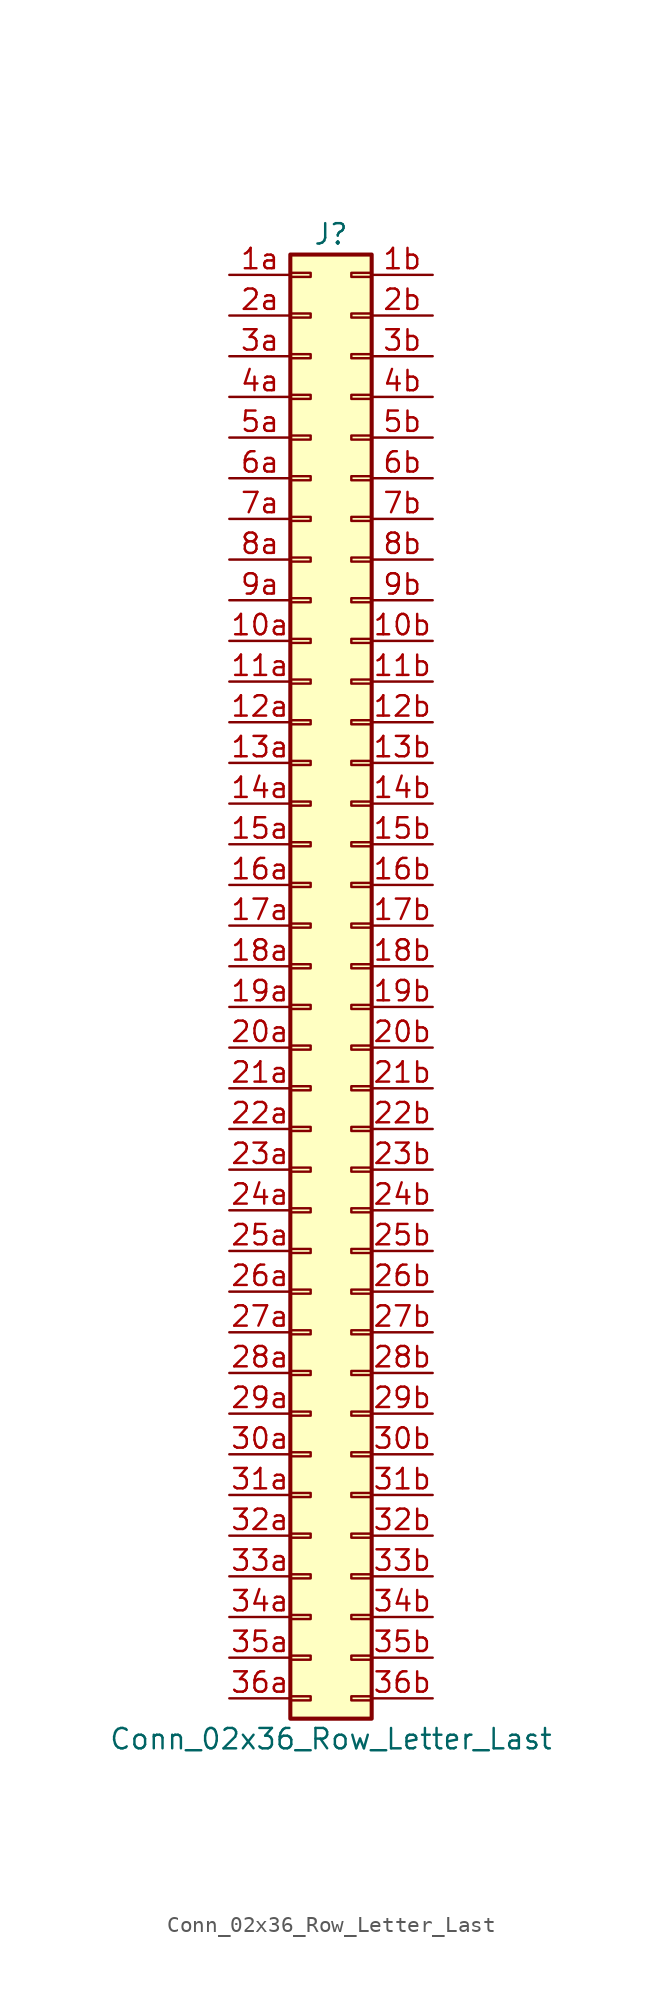
<source format=kicad_sym>
(kicad_symbol_lib
  (version 20201005)
  (generator kicad_symbol_editor)
  (symbol "Conn_02x36_Row_Letter_Last"
    (pin_names
      (offset 1.016) hide)
    (property "Reference" "J"
      (at 1.27 45.72 0)
      (effects (font (size 1.27 1.27))))
    (property "Value" "Conn_02x36_Row_Letter_Last"
      (at 1.27 -48.26 0)
      (effects (font (size 1.27 1.27))))
    (symbol "Conn_02x36_Row_Letter_Last_1_1"
      (rectangle (start -1.27 -45.593) (end 0 -45.847) (stroke (width 0.152)) (fill (type none)))
      (rectangle (start -1.27 -43.053) (end 0 -43.307) (stroke (width 0.152)) (fill (type none)))
      (rectangle (start -1.27 -40.513) (end 0 -40.767) (stroke (width 0.152)) (fill (type none)))
      (rectangle (start -1.27 -37.973) (end 0 -38.227) (stroke (width 0.152)) (fill (type none)))
      (rectangle (start -1.27 -35.433) (end 0 -35.687) (stroke (width 0.152)) (fill (type none)))
      (rectangle (start -1.27 -32.893) (end 0 -33.147) (stroke (width 0.152)) (fill (type none)))
      (rectangle (start -1.27 -30.353) (end 0 -30.607) (stroke (width 0.152)) (fill (type none)))
      (rectangle (start -1.27 -27.813) (end 0 -28.067) (stroke (width 0.152)) (fill (type none)))
      (rectangle (start -1.27 -25.273) (end 0 -25.527) (stroke (width 0.152)) (fill (type none)))
      (rectangle (start -1.27 -22.733) (end 0 -22.987) (stroke (width 0.152)) (fill (type none)))
      (rectangle (start -1.27 -20.193) (end 0 -20.447) (stroke (width 0.152)) (fill (type none)))
      (rectangle (start -1.27 -17.653) (end 0 -17.907) (stroke (width 0.152)) (fill (type none)))
      (rectangle (start -1.27 -15.113) (end 0 -15.367) (stroke (width 0.152)) (fill (type none)))
      (rectangle (start -1.27 -12.573) (end 0 -12.827) (stroke (width 0.152)) (fill (type none)))
      (rectangle (start -1.27 -10.033) (end 0 -10.287) (stroke (width 0.152)) (fill (type none)))
      (rectangle (start -1.27 -7.493) (end 0 -7.747) (stroke (width 0.152)) (fill (type none)))
      (rectangle (start -1.27 -4.953) (end 0 -5.207) (stroke (width 0.152)) (fill (type none)))
      (rectangle (start -1.27 -2.413) (end 0 -2.667) (stroke (width 0.152)) (fill (type none)))
      (rectangle (start -1.27 0.127) (end 0 -0.127) (stroke (width 0.152)) (fill (type none)))
      (rectangle (start -1.27 2.667) (end 0 2.413) (stroke (width 0.152)) (fill (type none)))
      (rectangle (start -1.27 5.207) (end 0 4.953) (stroke (width 0.152)) (fill (type none)))
      (rectangle (start -1.27 7.747) (end 0 7.493) (stroke (width 0.152)) (fill (type none)))
      (rectangle (start -1.27 10.287) (end 0 10.033) (stroke (width 0.152)) (fill (type none)))
      (rectangle (start -1.27 12.827) (end 0 12.573) (stroke (width 0.152)) (fill (type none)))
      (rectangle (start -1.27 15.367) (end 0 15.113) (stroke (width 0.152)) (fill (type none)))
      (rectangle (start -1.27 17.907) (end 0 17.653) (stroke (width 0.152)) (fill (type none)))
      (rectangle (start -1.27 20.447) (end 0 20.193) (stroke (width 0.152)) (fill (type none)))
      (rectangle (start -1.27 22.987) (end 0 22.733) (stroke (width 0.152)) (fill (type none)))
      (rectangle (start -1.27 25.527) (end 0 25.273) (stroke (width 0.152)) (fill (type none)))
      (rectangle (start -1.27 28.067) (end 0 27.813) (stroke (width 0.152)) (fill (type none)))
      (rectangle (start -1.27 30.607) (end 0 30.353) (stroke (width 0.152)) (fill (type none)))
      (rectangle (start -1.27 33.147) (end 0 32.893) (stroke (width 0.152)) (fill (type none)))
      (rectangle (start -1.27 35.687) (end 0 35.433) (stroke (width 0.152)) (fill (type none)))
      (rectangle (start -1.27 38.227) (end 0 37.973) (stroke (width 0.152)) (fill (type none)))
      (rectangle (start -1.27 40.767) (end 0 40.513) (stroke (width 0.152)) (fill (type none)))
      (rectangle (start -1.27 43.307) (end 0 43.053) (stroke (width 0.152)) (fill (type none)))
      (rectangle (start 3.81 -45.593) (end 2.54 -45.847) (stroke (width 0.152)) (fill (type none)))
      (rectangle (start 3.81 -43.053) (end 2.54 -43.307) (stroke (width 0.152)) (fill (type none)))
      (rectangle (start 3.81 -40.513) (end 2.54 -40.767) (stroke (width 0.152)) (fill (type none)))
      (rectangle (start 3.81 -37.973) (end 2.54 -38.227) (stroke (width 0.152)) (fill (type none)))
      (rectangle (start 3.81 -35.433) (end 2.54 -35.687) (stroke (width 0.152)) (fill (type none)))
      (rectangle (start 3.81 -32.893) (end 2.54 -33.147) (stroke (width 0.152)) (fill (type none)))
      (rectangle (start 3.81 -30.353) (end 2.54 -30.607) (stroke (width 0.152)) (fill (type none)))
      (rectangle (start 3.81 -27.813) (end 2.54 -28.067) (stroke (width 0.152)) (fill (type none)))
      (rectangle (start 3.81 -25.273) (end 2.54 -25.527) (stroke (width 0.152)) (fill (type none)))
      (rectangle (start 3.81 -22.733) (end 2.54 -22.987) (stroke (width 0.152)) (fill (type none)))
      (rectangle (start 3.81 -20.193) (end 2.54 -20.447) (stroke (width 0.152)) (fill (type none)))
      (rectangle (start 3.81 -17.653) (end 2.54 -17.907) (stroke (width 0.152)) (fill (type none)))
      (rectangle (start 3.81 -15.113) (end 2.54 -15.367) (stroke (width 0.152)) (fill (type none)))
      (rectangle (start 3.81 -12.573) (end 2.54 -12.827) (stroke (width 0.152)) (fill (type none)))
      (rectangle (start 3.81 -10.033) (end 2.54 -10.287) (stroke (width 0.152)) (fill (type none)))
      (rectangle (start 3.81 -7.493) (end 2.54 -7.747) (stroke (width 0.152)) (fill (type none)))
      (rectangle (start 3.81 -4.953) (end 2.54 -5.207) (stroke (width 0.152)) (fill (type none)))
      (rectangle (start 3.81 -2.413) (end 2.54 -2.667) (stroke (width 0.152)) (fill (type none)))
      (rectangle (start 3.81 0.127) (end 2.54 -0.127) (stroke (width 0.152)) (fill (type none)))
      (rectangle (start 3.81 2.667) (end 2.54 2.413) (stroke (width 0.152)) (fill (type none)))
      (rectangle (start 3.81 5.207) (end 2.54 4.953) (stroke (width 0.152)) (fill (type none)))
      (rectangle (start 3.81 7.747) (end 2.54 7.493) (stroke (width 0.152)) (fill (type none)))
      (rectangle (start 3.81 10.287) (end 2.54 10.033) (stroke (width 0.152)) (fill (type none)))
      (rectangle (start 3.81 12.827) (end 2.54 12.573) (stroke (width 0.152)) (fill (type none)))
      (rectangle (start 3.81 15.367) (end 2.54 15.113) (stroke (width 0.152)) (fill (type none)))
      (rectangle (start 3.81 17.907) (end 2.54 17.653) (stroke (width 0.152)) (fill (type none)))
      (rectangle (start 3.81 20.447) (end 2.54 20.193) (stroke (width 0.152)) (fill (type none)))
      (rectangle (start 3.81 22.987) (end 2.54 22.733) (stroke (width 0.152)) (fill (type none)))
      (rectangle (start 3.81 25.527) (end 2.54 25.273) (stroke (width 0.152)) (fill (type none)))
      (rectangle (start 3.81 28.067) (end 2.54 27.813) (stroke (width 0.152)) (fill (type none)))
      (rectangle (start 3.81 30.607) (end 2.54 30.353) (stroke (width 0.152)) (fill (type none)))
      (rectangle (start 3.81 33.147) (end 2.54 32.893) (stroke (width 0.152)) (fill (type none)))
      (rectangle (start 3.81 35.687) (end 2.54 35.433) (stroke (width 0.152)) (fill (type none)))
      (rectangle (start 3.81 38.227) (end 2.54 37.973) (stroke (width 0.152)) (fill (type none)))
      (rectangle (start 3.81 40.767) (end 2.54 40.513) (stroke (width 0.152)) (fill (type none)))
      (rectangle (start 3.81 43.307) (end 2.54 43.053) (stroke (width 0.152)) (fill (type none)))
      (rectangle (start -1.27 44.45) (end 3.81 -46.99) (stroke (width 0.254)) (fill (type background)))
      (pin passive line (at -5.08 20.32 0) (length 3.81) (name "Pin_10a" (effects (font (size 1.27 1.27)))) (number "10a" (effects (font (size 1.27 1.27)))))
      (pin passive line (at 7.62 20.32 180) (length 3.81) (name "Pin_10b" (effects (font (size 1.27 1.27)))) (number "10b" (effects (font (size 1.27 1.27)))))
      (pin passive line (at -5.08 17.78 0) (length 3.81) (name "Pin_11a" (effects (font (size 1.27 1.27)))) (number "11a" (effects (font (size 1.27 1.27)))))
      (pin passive line (at 7.62 17.78 180) (length 3.81) (name "Pin_11b" (effects (font (size 1.27 1.27)))) (number "11b" (effects (font (size 1.27 1.27)))))
      (pin passive line (at -5.08 15.24 0) (length 3.81) (name "Pin_12a" (effects (font (size 1.27 1.27)))) (number "12a" (effects (font (size 1.27 1.27)))))
      (pin passive line (at 7.62 15.24 180) (length 3.81) (name "Pin_12b" (effects (font (size 1.27 1.27)))) (number "12b" (effects (font (size 1.27 1.27)))))
      (pin passive line (at -5.08 12.7 0) (length 3.81) (name "Pin_13a" (effects (font (size 1.27 1.27)))) (number "13a" (effects (font (size 1.27 1.27)))))
      (pin passive line (at 7.62 12.7 180) (length 3.81) (name "Pin_13b" (effects (font (size 1.27 1.27)))) (number "13b" (effects (font (size 1.27 1.27)))))
      (pin passive line (at -5.08 10.16 0) (length 3.81) (name "Pin_14a" (effects (font (size 1.27 1.27)))) (number "14a" (effects (font (size 1.27 1.27)))))
      (pin passive line (at 7.62 10.16 180) (length 3.81) (name "Pin_14b" (effects (font (size 1.27 1.27)))) (number "14b" (effects (font (size 1.27 1.27)))))
      (pin passive line (at -5.08 7.62 0) (length 3.81) (name "Pin_15a" (effects (font (size 1.27 1.27)))) (number "15a" (effects (font (size 1.27 1.27)))))
      (pin passive line (at 7.62 7.62 180) (length 3.81) (name "Pin_15b" (effects (font (size 1.27 1.27)))) (number "15b" (effects (font (size 1.27 1.27)))))
      (pin passive line (at -5.08 5.08 0) (length 3.81) (name "Pin_16a" (effects (font (size 1.27 1.27)))) (number "16a" (effects (font (size 1.27 1.27)))))
      (pin passive line (at 7.62 5.08 180) (length 3.81) (name "Pin_16b" (effects (font (size 1.27 1.27)))) (number "16b" (effects (font (size 1.27 1.27)))))
      (pin passive line (at -5.08 2.54 0) (length 3.81) (name "Pin_17a" (effects (font (size 1.27 1.27)))) (number "17a" (effects (font (size 1.27 1.27)))))
      (pin passive line (at 7.62 2.54 180) (length 3.81) (name "Pin_17b" (effects (font (size 1.27 1.27)))) (number "17b" (effects (font (size 1.27 1.27)))))
      (pin passive line (at -5.08 0 0) (length 3.81) (name "Pin_18a" (effects (font (size 1.27 1.27)))) (number "18a" (effects (font (size 1.27 1.27)))))
      (pin passive line (at 7.62 0 180) (length 3.81) (name "Pin_18b" (effects (font (size 1.27 1.27)))) (number "18b" (effects (font (size 1.27 1.27)))))
      (pin passive line (at -5.08 -2.54 0) (length 3.81) (name "Pin_19a" (effects (font (size 1.27 1.27)))) (number "19a" (effects (font (size 1.27 1.27)))))
      (pin passive line (at 7.62 -2.54 180) (length 3.81) (name "Pin_19b" (effects (font (size 1.27 1.27)))) (number "19b" (effects (font (size 1.27 1.27)))))
      (pin passive line (at -5.08 43.18 0) (length 3.81) (name "Pin_1a" (effects (font (size 1.27 1.27)))) (number "1a" (effects (font (size 1.27 1.27)))))
      (pin passive line (at 7.62 43.18 180) (length 3.81) (name "Pin_1b" (effects (font (size 1.27 1.27)))) (number "1b" (effects (font (size 1.27 1.27)))))
      (pin passive line (at -5.08 -5.08 0) (length 3.81) (name "Pin_20a" (effects (font (size 1.27 1.27)))) (number "20a" (effects (font (size 1.27 1.27)))))
      (pin passive line (at 7.62 -5.08 180) (length 3.81) (name "Pin_20b" (effects (font (size 1.27 1.27)))) (number "20b" (effects (font (size 1.27 1.27)))))
      (pin passive line (at -5.08 -7.62 0) (length 3.81) (name "Pin_21a" (effects (font (size 1.27 1.27)))) (number "21a" (effects (font (size 1.27 1.27)))))
      (pin passive line (at 7.62 -7.62 180) (length 3.81) (name "Pin_21b" (effects (font (size 1.27 1.27)))) (number "21b" (effects (font (size 1.27 1.27)))))
      (pin passive line (at -5.08 -10.16 0) (length 3.81) (name "Pin_22a" (effects (font (size 1.27 1.27)))) (number "22a" (effects (font (size 1.27 1.27)))))
      (pin passive line (at 7.62 -10.16 180) (length 3.81) (name "Pin_22b" (effects (font (size 1.27 1.27)))) (number "22b" (effects (font (size 1.27 1.27)))))
      (pin passive line (at -5.08 -12.7 0) (length 3.81) (name "Pin_23a" (effects (font (size 1.27 1.27)))) (number "23a" (effects (font (size 1.27 1.27)))))
      (pin passive line (at 7.62 -12.7 180) (length 3.81) (name "Pin_23b" (effects (font (size 1.27 1.27)))) (number "23b" (effects (font (size 1.27 1.27)))))
      (pin passive line (at -5.08 -15.24 0) (length 3.81) (name "Pin_24a" (effects (font (size 1.27 1.27)))) (number "24a" (effects (font (size 1.27 1.27)))))
      (pin passive line (at 7.62 -15.24 180) (length 3.81) (name "Pin_24b" (effects (font (size 1.27 1.27)))) (number "24b" (effects (font (size 1.27 1.27)))))
      (pin passive line (at -5.08 -17.78 0) (length 3.81) (name "Pin_25a" (effects (font (size 1.27 1.27)))) (number "25a" (effects (font (size 1.27 1.27)))))
      (pin passive line (at 7.62 -17.78 180) (length 3.81) (name "Pin_25b" (effects (font (size 1.27 1.27)))) (number "25b" (effects (font (size 1.27 1.27)))))
      (pin passive line (at -5.08 -20.32 0) (length 3.81) (name "Pin_26a" (effects (font (size 1.27 1.27)))) (number "26a" (effects (font (size 1.27 1.27)))))
      (pin passive line (at 7.62 -20.32 180) (length 3.81) (name "Pin_26b" (effects (font (size 1.27 1.27)))) (number "26b" (effects (font (size 1.27 1.27)))))
      (pin passive line (at -5.08 -22.86 0) (length 3.81) (name "Pin_27a" (effects (font (size 1.27 1.27)))) (number "27a" (effects (font (size 1.27 1.27)))))
      (pin passive line (at 7.62 -22.86 180) (length 3.81) (name "Pin_27b" (effects (font (size 1.27 1.27)))) (number "27b" (effects (font (size 1.27 1.27)))))
      (pin passive line (at -5.08 -25.4 0) (length 3.81) (name "Pin_28a" (effects (font (size 1.27 1.27)))) (number "28a" (effects (font (size 1.27 1.27)))))
      (pin passive line (at 7.62 -25.4 180) (length 3.81) (name "Pin_28b" (effects (font (size 1.27 1.27)))) (number "28b" (effects (font (size 1.27 1.27)))))
      (pin passive line (at -5.08 -27.94 0) (length 3.81) (name "Pin_29a" (effects (font (size 1.27 1.27)))) (number "29a" (effects (font (size 1.27 1.27)))))
      (pin passive line (at 7.62 -27.94 180) (length 3.81) (name "Pin_29b" (effects (font (size 1.27 1.27)))) (number "29b" (effects (font (size 1.27 1.27)))))
      (pin passive line (at -5.08 40.64 0) (length 3.81) (name "Pin_2a" (effects (font (size 1.27 1.27)))) (number "2a" (effects (font (size 1.27 1.27)))))
      (pin passive line (at 7.62 40.64 180) (length 3.81) (name "Pin_2b" (effects (font (size 1.27 1.27)))) (number "2b" (effects (font (size 1.27 1.27)))))
      (pin passive line (at -5.08 -30.48 0) (length 3.81) (name "Pin_30a" (effects (font (size 1.27 1.27)))) (number "30a" (effects (font (size 1.27 1.27)))))
      (pin passive line (at 7.62 -30.48 180) (length 3.81) (name "Pin_30b" (effects (font (size 1.27 1.27)))) (number "30b" (effects (font (size 1.27 1.27)))))
      (pin passive line (at -5.08 -33.02 0) (length 3.81) (name "Pin_31a" (effects (font (size 1.27 1.27)))) (number "31a" (effects (font (size 1.27 1.27)))))
      (pin passive line (at 7.62 -33.02 180) (length 3.81) (name "Pin_31b" (effects (font (size 1.27 1.27)))) (number "31b" (effects (font (size 1.27 1.27)))))
      (pin passive line (at -5.08 -35.56 0) (length 3.81) (name "Pin_32a" (effects (font (size 1.27 1.27)))) (number "32a" (effects (font (size 1.27 1.27)))))
      (pin passive line (at 7.62 -35.56 180) (length 3.81) (name "Pin_32b" (effects (font (size 1.27 1.27)))) (number "32b" (effects (font (size 1.27 1.27)))))
      (pin passive line (at -5.08 -38.1 0) (length 3.81) (name "Pin_33a" (effects (font (size 1.27 1.27)))) (number "33a" (effects (font (size 1.27 1.27)))))
      (pin passive line (at 7.62 -38.1 180) (length 3.81) (name "Pin_33b" (effects (font (size 1.27 1.27)))) (number "33b" (effects (font (size 1.27 1.27)))))
      (pin passive line (at -5.08 -40.64 0) (length 3.81) (name "Pin_34a" (effects (font (size 1.27 1.27)))) (number "34a" (effects (font (size 1.27 1.27)))))
      (pin passive line (at 7.62 -40.64 180) (length 3.81) (name "Pin_34b" (effects (font (size 1.27 1.27)))) (number "34b" (effects (font (size 1.27 1.27)))))
      (pin passive line (at -5.08 -43.18 0) (length 3.81) (name "Pin_35a" (effects (font (size 1.27 1.27)))) (number "35a" (effects (font (size 1.27 1.27)))))
      (pin passive line (at 7.62 -43.18 180) (length 3.81) (name "Pin_35b" (effects (font (size 1.27 1.27)))) (number "35b" (effects (font (size 1.27 1.27)))))
      (pin passive line (at -5.08 -45.72 0) (length 3.81) (name "Pin_36a" (effects (font (size 1.27 1.27)))) (number "36a" (effects (font (size 1.27 1.27)))))
      (pin passive line (at 7.62 -45.72 180) (length 3.81) (name "Pin_36b" (effects (font (size 1.27 1.27)))) (number "36b" (effects (font (size 1.27 1.27)))))
      (pin passive line (at -5.08 38.1 0) (length 3.81) (name "Pin_3a" (effects (font (size 1.27 1.27)))) (number "3a" (effects (font (size 1.27 1.27)))))
      (pin passive line (at 7.62 38.1 180) (length 3.81) (name "Pin_3b" (effects (font (size 1.27 1.27)))) (number "3b" (effects (font (size 1.27 1.27)))))
      (pin passive line (at -5.08 35.56 0) (length 3.81) (name "Pin_4a" (effects (font (size 1.27 1.27)))) (number "4a" (effects (font (size 1.27 1.27)))))
      (pin passive line (at 7.62 35.56 180) (length 3.81) (name "Pin_4b" (effects (font (size 1.27 1.27)))) (number "4b" (effects (font (size 1.27 1.27)))))
      (pin passive line (at -5.08 33.02 0) (length 3.81) (name "Pin_5a" (effects (font (size 1.27 1.27)))) (number "5a" (effects (font (size 1.27 1.27)))))
      (pin passive line (at 7.62 33.02 180) (length 3.81) (name "Pin_5b" (effects (font (size 1.27 1.27)))) (number "5b" (effects (font (size 1.27 1.27)))))
      (pin passive line (at -5.08 30.48 0) (length 3.81) (name "Pin_6a" (effects (font (size 1.27 1.27)))) (number "6a" (effects (font (size 1.27 1.27)))))
      (pin passive line (at 7.62 30.48 180) (length 3.81) (name "Pin_6b" (effects (font (size 1.27 1.27)))) (number "6b" (effects (font (size 1.27 1.27)))))
      (pin passive line (at -5.08 27.94 0) (length 3.81) (name "Pin_7a" (effects (font (size 1.27 1.27)))) (number "7a" (effects (font (size 1.27 1.27)))))
      (pin passive line (at 7.62 27.94 180) (length 3.81) (name "Pin_7b" (effects (font (size 1.27 1.27)))) (number "7b" (effects (font (size 1.27 1.27)))))
      (pin passive line (at -5.08 25.4 0) (length 3.81) (name "Pin_8a" (effects (font (size 1.27 1.27)))) (number "8a" (effects (font (size 1.27 1.27)))))
      (pin passive line (at 7.62 25.4 180) (length 3.81) (name "Pin_8b" (effects (font (size 1.27 1.27)))) (number "8b" (effects (font (size 1.27 1.27)))))
      (pin passive line (at -5.08 22.86 0) (length 3.81) (name "Pin_9a" (effects (font (size 1.27 1.27)))) (number "9a" (effects (font (size 1.27 1.27)))))
      (pin passive line (at 7.62 22.86 180) (length 3.81) (name "Pin_9b" (effects (font (size 1.27 1.27)))) (number "9b" (effects (font (size 1.27 1.27))))))))
</source>
